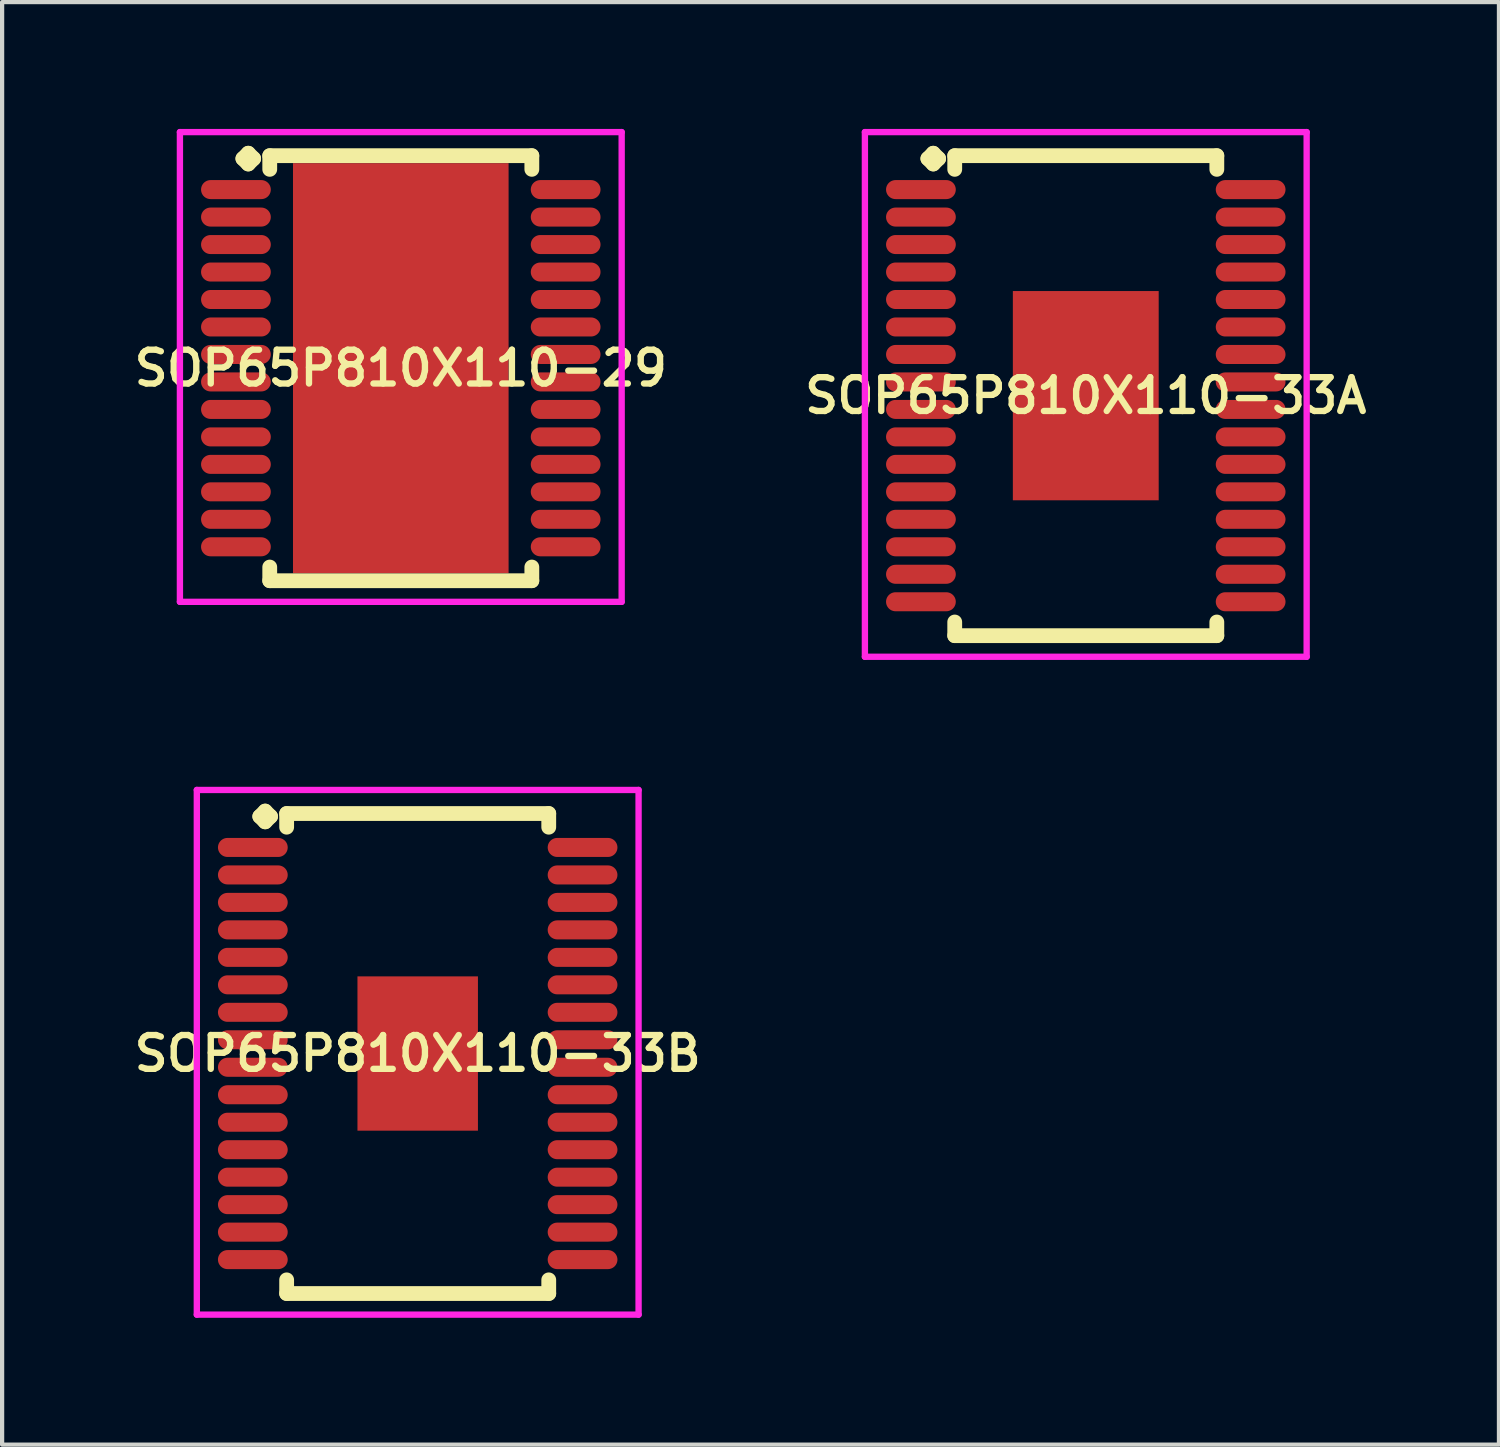
<source format=kicad_pcb>
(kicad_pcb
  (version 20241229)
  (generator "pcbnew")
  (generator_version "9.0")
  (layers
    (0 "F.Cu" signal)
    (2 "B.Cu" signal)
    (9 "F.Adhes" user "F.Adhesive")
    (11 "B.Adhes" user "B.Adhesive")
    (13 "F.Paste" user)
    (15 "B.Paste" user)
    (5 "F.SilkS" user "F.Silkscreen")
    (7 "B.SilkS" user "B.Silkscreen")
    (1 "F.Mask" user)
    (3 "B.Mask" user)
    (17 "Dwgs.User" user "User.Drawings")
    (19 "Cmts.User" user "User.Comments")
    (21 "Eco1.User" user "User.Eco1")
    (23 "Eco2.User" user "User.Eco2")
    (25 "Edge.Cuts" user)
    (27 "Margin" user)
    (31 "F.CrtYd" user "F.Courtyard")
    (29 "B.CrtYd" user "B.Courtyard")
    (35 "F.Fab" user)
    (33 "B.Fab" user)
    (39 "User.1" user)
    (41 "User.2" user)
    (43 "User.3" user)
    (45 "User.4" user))
  (footprint "SOP65P810X110-29"
    (layer "F.Cu")
    (at 6.431 5.66)
    (property "Reference" "SOP65P810X110-29" (at 0 0 0) (layer "F.SilkS") (effects (font (size 0.8 0.8) (thickness 0.15))))
    (attr through_hole)
    (fp_line (start -3.735 -4.958) (end -3.608 -5.085) (stroke (width 0.35) (type solid)) (layer "F.SilkS"))
    (fp_line (start -3.608 -5.085) (end -3.481 -4.958) (stroke (width 0.35) (type solid)) (layer "F.SilkS"))
    (fp_line (start -3.608 -4.831) (end -3.735 -4.958) (stroke (width 0.35) (type solid)) (layer "F.SilkS"))
    (fp_line (start -3.481 -4.958) (end -3.608 -4.831) (stroke (width 0.35) (type solid)) (layer "F.SilkS"))
    (fp_line (start -3.1 -5.027) (end 3.1 -5.027) (stroke (width 0.35) (type solid)) (layer "F.SilkS"))
    (fp_line (start -3.1 -4.704) (end -3.1 -5.027) (stroke (width 0.35) (type solid)) (layer "F.SilkS"))
    (fp_line (start -3.1 4.704) (end -3.1 5.027) (stroke (width 0.35) (type solid)) (layer "F.SilkS"))
    (fp_line (start -3.1 5.027) (end 3.1 5.027) (stroke (width 0.35) (type solid)) (layer "F.SilkS"))
    (fp_line (start 3.1 -5.027) (end 3.1 -4.704) (stroke (width 0.35) (type solid)) (layer "F.SilkS"))
    (fp_line (start 3.1 5.027) (end 3.1 4.704) (stroke (width 0.35) (type solid)) (layer "F.SilkS"))
    (fp_line (start -5.225 -5.585) (end 5.225 -5.585) (stroke (width 0.15) (type solid)) (layer "F.CrtYd"))
    (fp_line (start -5.225 5.527) (end -5.225 -5.585) (stroke (width 0.15) (type solid)) (layer "F.CrtYd"))
    (fp_line (start 5.225 -5.585) (end 5.225 5.527) (stroke (width 0.15) (type solid)) (layer "F.CrtYd"))
    (fp_line (start 5.225 5.527) (end -5.225 5.527) (stroke (width 0.15) (type solid)) (layer "F.CrtYd"))
    (pad "1" smd oval (at -3.9 -4.225) (size 1.65 0.45) (layers "F.Cu" "F.Mask" "F.Paste"))
    (pad "2" smd oval (at -3.9 -3.575) (size 1.65 0.45) (layers "F.Cu" "F.Mask" "F.Paste"))
    (pad "3" smd oval (at -3.9 -2.925) (size 1.65 0.45) (layers "F.Cu" "F.Mask" "F.Paste"))
    (pad "4" smd oval (at -3.9 -2.275) (size 1.65 0.45) (layers "F.Cu" "F.Mask" "F.Paste"))
    (pad "5" smd oval (at -3.9 -1.625) (size 1.65 0.45) (layers "F.Cu" "F.Mask" "F.Paste"))
    (pad "6" smd oval (at -3.9 -0.975) (size 1.65 0.45) (layers "F.Cu" "F.Mask" "F.Paste"))
    (pad "7" smd oval (at -3.9 -0.325) (size 1.65 0.45) (layers "F.Cu" "F.Mask" "F.Paste"))
    (pad "8" smd oval (at -3.9 0.325) (size 1.65 0.45) (layers "F.Cu" "F.Mask" "F.Paste"))
    (pad "9" smd oval (at -3.9 0.975) (size 1.65 0.45) (layers "F.Cu" "F.Mask" "F.Paste"))
    (pad "10" smd oval (at -3.9 1.625) (size 1.65 0.45) (layers "F.Cu" "F.Mask" "F.Paste"))
    (pad "11" smd oval (at -3.9 2.275) (size 1.65 0.45) (layers "F.Cu" "F.Mask" "F.Paste"))
    (pad "12" smd oval (at -3.9 2.925) (size 1.65 0.45) (layers "F.Cu" "F.Mask" "F.Paste"))
    (pad "13" smd oval (at -3.9 3.575) (size 1.65 0.45) (layers "F.Cu" "F.Mask" "F.Paste"))
    (pad "14" smd oval (at -3.9 4.225) (size 1.65 0.45) (layers "F.Cu" "F.Mask" "F.Paste"))
    (pad "15" smd oval (at 3.9 4.225) (size 1.65 0.45) (layers "F.Cu" "F.Mask" "F.Paste"))
    (pad "16" smd oval (at 3.9 3.575) (size 1.65 0.45) (layers "F.Cu" "F.Mask" "F.Paste"))
    (pad "17" smd oval (at 3.9 2.925) (size 1.65 0.45) (layers "F.Cu" "F.Mask" "F.Paste"))
    (pad "18" smd oval (at 3.9 2.275) (size 1.65 0.45) (layers "F.Cu" "F.Mask" "F.Paste"))
    (pad "19" smd oval (at 3.9 1.625) (size 1.65 0.45) (layers "F.Cu" "F.Mask" "F.Paste"))
    (pad "20" smd oval (at 3.9 0.975) (size 1.65 0.45) (layers "F.Cu" "F.Mask" "F.Paste"))
    (pad "21" smd oval (at 3.9 0.325) (size 1.65 0.45) (layers "F.Cu" "F.Mask" "F.Paste"))
    (pad "22" smd oval (at 3.9 -0.325) (size 1.65 0.45) (layers "F.Cu" "F.Mask" "F.Paste"))
    (pad "23" smd oval (at 3.9 -0.975) (size 1.65 0.45) (layers "F.Cu" "F.Mask" "F.Paste"))
    (pad "24" smd oval (at 3.9 -1.625) (size 1.65 0.45) (layers "F.Cu" "F.Mask" "F.Paste"))
    (pad "25" smd oval (at 3.9 -2.275) (size 1.65 0.45) (layers "F.Cu" "F.Mask" "F.Paste"))
    (pad "26" smd oval (at 3.9 -2.925) (size 1.65 0.45) (layers "F.Cu" "F.Mask" "F.Paste"))
    (pad "27" smd oval (at 3.9 -3.575) (size 1.65 0.45) (layers "F.Cu" "F.Mask" "F.Paste"))
    (pad "28" smd oval (at 3.9 -4.225) (size 1.65 0.45) (layers "F.Cu" "F.Mask" "F.Paste"))
    (pad "29" smd rect (at 0 0) (size 5.1 9.7) (layers "F.Cu" "F.Mask" "F.Paste")))
  (footprint "SOP65P810X110-33B"
    (layer "F.Cu")
    (at 6.831 21.872)
    (property "Reference" "SOP65P810X110-33B" (at 0 0 0) (layer "F.SilkS") (effects (font (size 0.8 0.8) (thickness 0.15))))
    (attr through_hole)
    (fp_line (start -3.735 -5.608) (end -3.608 -5.735) (stroke (width 0.35) (type solid)) (layer "F.SilkS"))
    (fp_line (start -3.608 -5.735) (end -3.481 -5.608) (stroke (width 0.35) (type solid)) (layer "F.SilkS"))
    (fp_line (start -3.608 -5.481) (end -3.735 -5.608) (stroke (width 0.35) (type solid)) (layer "F.SilkS"))
    (fp_line (start -3.481 -5.608) (end -3.608 -5.481) (stroke (width 0.35) (type solid)) (layer "F.SilkS"))
    (fp_line (start -3.1 -5.677) (end 3.1 -5.677) (stroke (width 0.35) (type solid)) (layer "F.SilkS"))
    (fp_line (start -3.1 -5.354) (end -3.1 -5.677) (stroke (width 0.35) (type solid)) (layer "F.SilkS"))
    (fp_line (start -3.1 5.354) (end -3.1 5.677) (stroke (width 0.35) (type solid)) (layer "F.SilkS"))
    (fp_line (start -3.1 5.677) (end 3.1 5.677) (stroke (width 0.35) (type solid)) (layer "F.SilkS"))
    (fp_line (start 3.1 -5.677) (end 3.1 -5.354) (stroke (width 0.35) (type solid)) (layer "F.SilkS"))
    (fp_line (start 3.1 5.677) (end 3.1 5.354) (stroke (width 0.35) (type solid)) (layer "F.SilkS"))
    (fp_line (start -5.225 -6.235) (end 5.225 -6.235) (stroke (width 0.15) (type solid)) (layer "F.CrtYd"))
    (fp_line (start -5.225 6.177) (end -5.225 -6.235) (stroke (width 0.15) (type solid)) (layer "F.CrtYd"))
    (fp_line (start 5.225 -6.235) (end 5.225 6.177) (stroke (width 0.15) (type solid)) (layer "F.CrtYd"))
    (fp_line (start 5.225 6.177) (end -5.225 6.177) (stroke (width 0.15) (type solid)) (layer "F.CrtYd"))
    (pad "1" smd oval (at -3.9 -4.875) (size 1.65 0.45) (layers "F.Cu" "F.Mask" "F.Paste"))
    (pad "2" smd oval (at -3.9 -4.225) (size 1.65 0.45) (layers "F.Cu" "F.Mask" "F.Paste"))
    (pad "3" smd oval (at -3.9 -3.575) (size 1.65 0.45) (layers "F.Cu" "F.Mask" "F.Paste"))
    (pad "4" smd oval (at -3.9 -2.925) (size 1.65 0.45) (layers "F.Cu" "F.Mask" "F.Paste"))
    (pad "5" smd oval (at -3.9 -2.275) (size 1.65 0.45) (layers "F.Cu" "F.Mask" "F.Paste"))
    (pad "6" smd oval (at -3.9 -1.625) (size 1.65 0.45) (layers "F.Cu" "F.Mask" "F.Paste"))
    (pad "7" smd oval (at -3.9 -0.975) (size 1.65 0.45) (layers "F.Cu" "F.Mask" "F.Paste"))
    (pad "8" smd oval (at -3.9 -0.325) (size 1.65 0.45) (layers "F.Cu" "F.Mask" "F.Paste"))
    (pad "9" smd oval (at -3.9 0.325) (size 1.65 0.45) (layers "F.Cu" "F.Mask" "F.Paste"))
    (pad "10" smd oval (at -3.9 0.975) (size 1.65 0.45) (layers "F.Cu" "F.Mask" "F.Paste"))
    (pad "11" smd oval (at -3.9 1.625) (size 1.65 0.45) (layers "F.Cu" "F.Mask" "F.Paste"))
    (pad "12" smd oval (at -3.9 2.275) (size 1.65 0.45) (layers "F.Cu" "F.Mask" "F.Paste"))
    (pad "13" smd oval (at -3.9 2.925) (size 1.65 0.45) (layers "F.Cu" "F.Mask" "F.Paste"))
    (pad "14" smd oval (at -3.9 3.575) (size 1.65 0.45) (layers "F.Cu" "F.Mask" "F.Paste"))
    (pad "15" smd oval (at -3.9 4.225) (size 1.65 0.45) (layers "F.Cu" "F.Mask" "F.Paste"))
    (pad "16" smd oval (at -3.9 4.875) (size 1.65 0.45) (layers "F.Cu" "F.Mask" "F.Paste"))
    (pad "17" smd oval (at 3.9 4.875) (size 1.65 0.45) (layers "F.Cu" "F.Mask" "F.Paste"))
    (pad "18" smd oval (at 3.9 4.225) (size 1.65 0.45) (layers "F.Cu" "F.Mask" "F.Paste"))
    (pad "19" smd oval (at 3.9 3.575) (size 1.65 0.45) (layers "F.Cu" "F.Mask" "F.Paste"))
    (pad "20" smd oval (at 3.9 2.925) (size 1.65 0.45) (layers "F.Cu" "F.Mask" "F.Paste"))
    (pad "21" smd oval (at 3.9 2.275) (size 1.65 0.45) (layers "F.Cu" "F.Mask" "F.Paste"))
    (pad "22" smd oval (at 3.9 1.625) (size 1.65 0.45) (layers "F.Cu" "F.Mask" "F.Paste"))
    (pad "23" smd oval (at 3.9 0.975) (size 1.65 0.45) (layers "F.Cu" "F.Mask" "F.Paste"))
    (pad "24" smd oval (at 3.9 0.325) (size 1.65 0.45) (layers "F.Cu" "F.Mask" "F.Paste"))
    (pad "25" smd oval (at 3.9 -0.325) (size 1.65 0.45) (layers "F.Cu" "F.Mask" "F.Paste"))
    (pad "26" smd oval (at 3.9 -0.975) (size 1.65 0.45) (layers "F.Cu" "F.Mask" "F.Paste"))
    (pad "27" smd oval (at 3.9 -1.625) (size 1.65 0.45) (layers "F.Cu" "F.Mask" "F.Paste"))
    (pad "28" smd oval (at 3.9 -2.275) (size 1.65 0.45) (layers "F.Cu" "F.Mask" "F.Paste"))
    (pad "29" smd oval (at 3.9 -2.925) (size 1.65 0.45) (layers "F.Cu" "F.Mask" "F.Paste"))
    (pad "30" smd oval (at 3.9 -3.575) (size 1.65 0.45) (layers "F.Cu" "F.Mask" "F.Paste"))
    (pad "31" smd oval (at 3.9 -4.225) (size 1.65 0.45) (layers "F.Cu" "F.Mask" "F.Paste"))
    (pad "32" smd oval (at 3.9 -4.875) (size 1.65 0.45) (layers "F.Cu" "F.Mask" "F.Paste"))
    (pad "33" smd rect (at 0 0) (size 2.85 3.65) (layers "F.Cu" "F.Mask" "F.Paste")))
  (footprint "SOP65P810X110-33A"
    (layer "F.Cu")
    (at 22.635 6.31)
    (property "Reference" "SOP65P810X110-33A" (at 0 0 0) (layer "F.SilkS") (effects (font (size 0.8 0.8) (thickness 0.15))))
    (attr smd)
    (fp_line (start -3.735 -5.608) (end -3.608 -5.735) (stroke (width 0.35) (type solid)) (layer "F.SilkS"))
    (fp_line (start -3.608 -5.735) (end -3.481 -5.608) (stroke (width 0.35) (type solid)) (layer "F.SilkS"))
    (fp_line (start -3.608 -5.481) (end -3.735 -5.608) (stroke (width 0.35) (type solid)) (layer "F.SilkS"))
    (fp_line (start -3.481 -5.608) (end -3.608 -5.481) (stroke (width 0.35) (type solid)) (layer "F.SilkS"))
    (fp_line (start -3.1 -5.677) (end 3.1 -5.677) (stroke (width 0.35) (type solid)) (layer "F.SilkS"))
    (fp_line (start -3.1 -5.354) (end -3.1 -5.677) (stroke (width 0.35) (type solid)) (layer "F.SilkS"))
    (fp_line (start -3.1 5.354) (end -3.1 5.677) (stroke (width 0.35) (type solid)) (layer "F.SilkS"))
    (fp_line (start -3.1 5.677) (end 3.1 5.677) (stroke (width 0.35) (type solid)) (layer "F.SilkS"))
    (fp_line (start 3.1 -5.677) (end 3.1 -5.354) (stroke (width 0.35) (type solid)) (layer "F.SilkS"))
    (fp_line (start 3.1 5.677) (end 3.1 5.354) (stroke (width 0.35) (type solid)) (layer "F.SilkS"))
    (fp_line (start -5.225 -6.235) (end 5.225 -6.235) (stroke (width 0.15) (type solid)) (layer "F.CrtYd"))
    (fp_line (start -5.225 6.177) (end -5.225 -6.235) (stroke (width 0.15) (type solid)) (layer "F.CrtYd"))
    (fp_line (start 5.225 -6.235) (end 5.225 6.177) (stroke (width 0.15) (type solid)) (layer "F.CrtYd"))
    (fp_line (start 5.225 6.177) (end -5.225 6.177) (stroke (width 0.15) (type solid)) (layer "F.CrtYd"))
    (pad "1" smd oval (at -3.9 -4.875) (size 1.65 0.45) (layers "F.Cu" "F.Mask" "F.Paste"))
    (pad "2" smd oval (at -3.9 -4.225) (size 1.65 0.45) (layers "F.Cu" "F.Mask" "F.Paste"))
    (pad "3" smd oval (at -3.9 -3.575) (size 1.65 0.45) (layers "F.Cu" "F.Mask" "F.Paste"))
    (pad "4" smd oval (at -3.9 -2.925) (size 1.65 0.45) (layers "F.Cu" "F.Mask" "F.Paste"))
    (pad "5" smd oval (at -3.9 -2.275) (size 1.65 0.45) (layers "F.Cu" "F.Mask" "F.Paste"))
    (pad "6" smd oval (at -3.9 -1.625) (size 1.65 0.45) (layers "F.Cu" "F.Mask" "F.Paste"))
    (pad "7" smd oval (at -3.9 -0.975) (size 1.65 0.45) (layers "F.Cu" "F.Mask" "F.Paste"))
    (pad "8" smd oval (at -3.9 -0.325) (size 1.65 0.45) (layers "F.Cu" "F.Mask" "F.Paste"))
    (pad "9" smd oval (at -3.9 0.325) (size 1.65 0.45) (layers "F.Cu" "F.Mask" "F.Paste"))
    (pad "10" smd oval (at -3.9 0.975) (size 1.65 0.45) (layers "F.Cu" "F.Mask" "F.Paste"))
    (pad "11" smd oval (at -3.9 1.625) (size 1.65 0.45) (layers "F.Cu" "F.Mask" "F.Paste"))
    (pad "12" smd oval (at -3.9 2.275) (size 1.65 0.45) (layers "F.Cu" "F.Mask" "F.Paste"))
    (pad "13" smd oval (at -3.9 2.925) (size 1.65 0.45) (layers "F.Cu" "F.Mask" "F.Paste"))
    (pad "14" smd oval (at -3.9 3.575) (size 1.65 0.45) (layers "F.Cu" "F.Mask" "F.Paste"))
    (pad "15" smd oval (at -3.9 4.225) (size 1.65 0.45) (layers "F.Cu" "F.Mask" "F.Paste"))
    (pad "16" smd oval (at -3.9 4.875) (size 1.65 0.45) (layers "F.Cu" "F.Mask" "F.Paste"))
    (pad "17" smd oval (at 3.9 4.875) (size 1.65 0.45) (layers "F.Cu" "F.Mask" "F.Paste"))
    (pad "18" smd oval (at 3.9 4.225) (size 1.65 0.45) (layers "F.Cu" "F.Mask" "F.Paste"))
    (pad "19" smd oval (at 3.9 3.575) (size 1.65 0.45) (layers "F.Cu" "F.Mask" "F.Paste"))
    (pad "20" smd oval (at 3.9 2.925) (size 1.65 0.45) (layers "F.Cu" "F.Mask" "F.Paste"))
    (pad "21" smd oval (at 3.9 2.275) (size 1.65 0.45) (layers "F.Cu" "F.Mask" "F.Paste"))
    (pad "22" smd oval (at 3.9 1.625) (size 1.65 0.45) (layers "F.Cu" "F.Mask" "F.Paste"))
    (pad "23" smd oval (at 3.9 0.975) (size 1.65 0.45) (layers "F.Cu" "F.Mask" "F.Paste"))
    (pad "24" smd oval (at 3.9 0.325) (size 1.65 0.45) (layers "F.Cu" "F.Mask" "F.Paste"))
    (pad "25" smd oval (at 3.9 -0.325) (size 1.65 0.45) (layers "F.Cu" "F.Mask" "F.Paste"))
    (pad "26" smd oval (at 3.9 -0.975) (size 1.65 0.45) (layers "F.Cu" "F.Mask" "F.Paste"))
    (pad "27" smd oval (at 3.9 -1.625) (size 1.65 0.45) (layers "F.Cu" "F.Mask" "F.Paste"))
    (pad "28" smd oval (at 3.9 -2.275) (size 1.65 0.45) (layers "F.Cu" "F.Mask" "F.Paste"))
    (pad "29" smd oval (at 3.9 -2.925) (size 1.65 0.45) (layers "F.Cu" "F.Mask" "F.Paste"))
    (pad "30" smd oval (at 3.9 -3.575) (size 1.65 0.45) (layers "F.Cu" "F.Mask" "F.Paste"))
    (pad "31" smd oval (at 3.9 -4.225) (size 1.65 0.45) (layers "F.Cu" "F.Mask" "F.Paste"))
    (pad "32" smd oval (at 3.9 -4.875) (size 1.65 0.45) (layers "F.Cu" "F.Mask" "F.Paste"))
    (pad "33" smd rect (at 0 0) (size 3.45 4.95) (layers "F.Cu" "F.Mask" "F.Paste")))
  (gr_rect
    (start -3 -3)
    (end 32.409 31.124)
    (stroke (width 0.1) (type default))
    (fill no)
    (layer "Edge.Cuts")))
</source>
